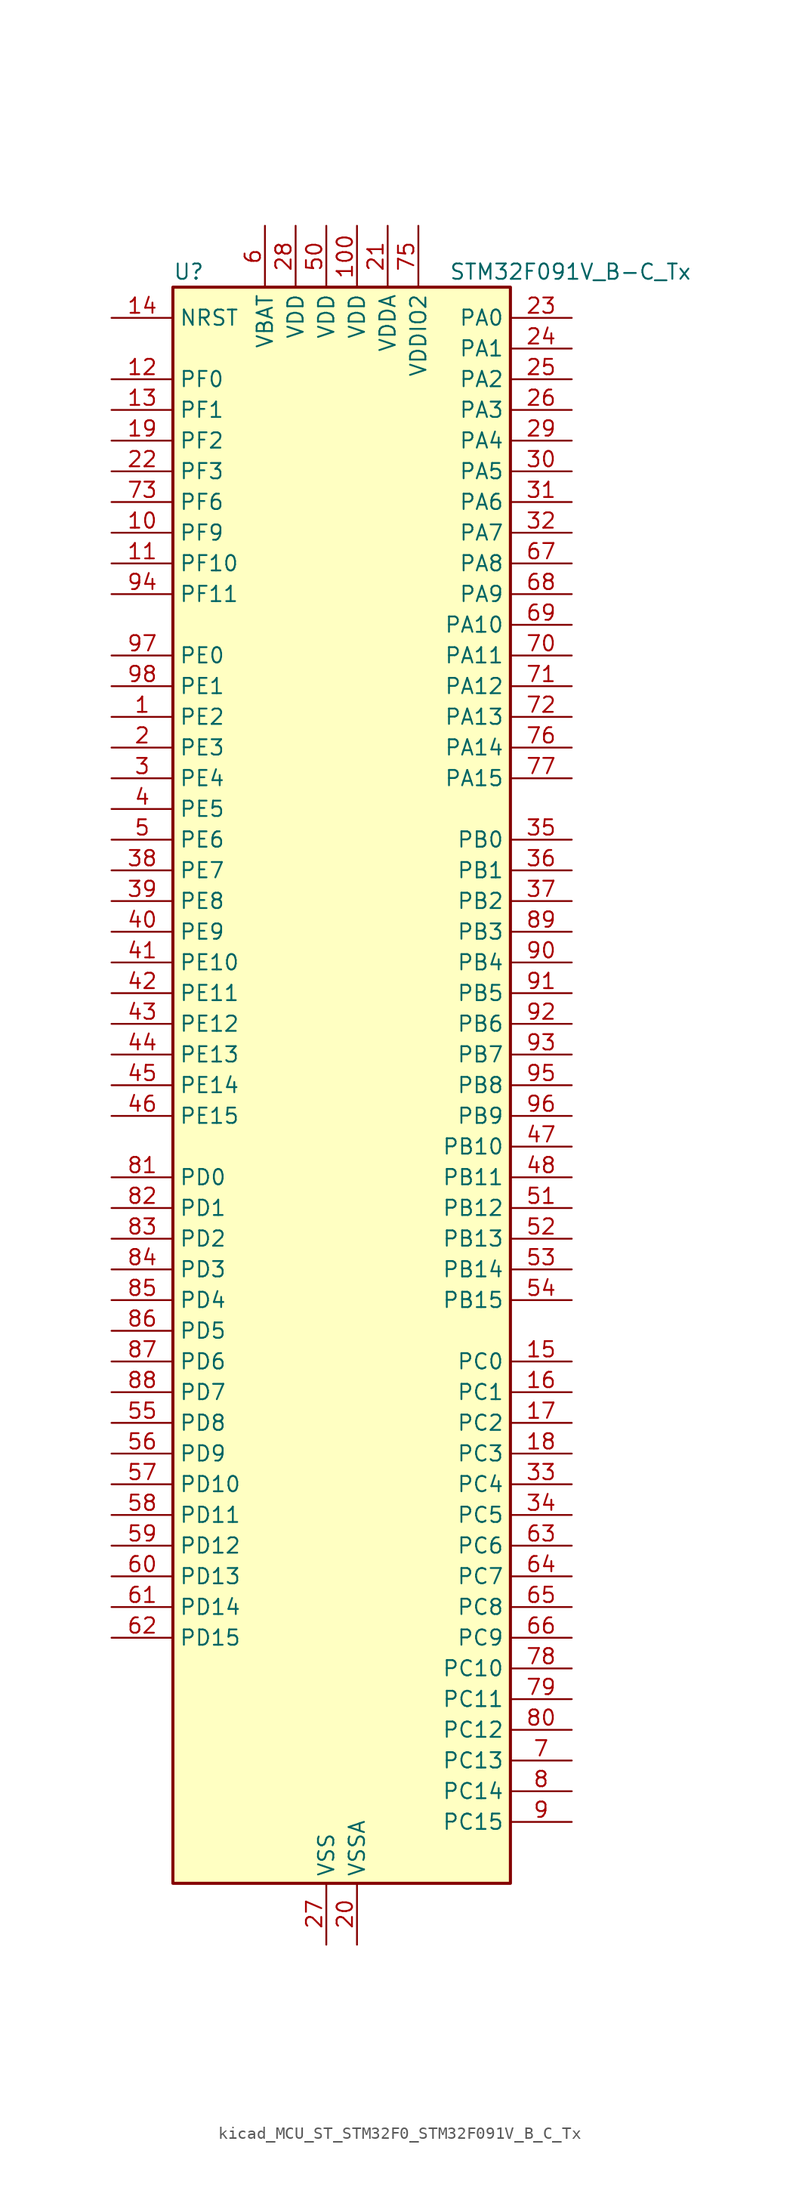
<source format=kicad_sym>
(kicad_symbol_lib
  (version 20220914)
  (generator kicad_symbol_editor)
  (symbol "kicad_MCU_ST_STM32F0_STM32F091V_B_C_Tx"
    (property "Reference" "U"
      (at -12.7 67.31 0)
      (effects (font (size 1.27 1.27)) (justify left)))
    (property "Value" "STM32F091V_B-C_Tx"
      (at 10.16 67.31 0)
      (effects (font (size 1.27 1.27)) (justify left)))
    (property "ki_locked" ""
      (at 0 0 0)
      (effects (font (size 1.27 1.27))))
    (symbol "kicad_MCU_ST_STM32F0_STM32F091V_B_C_Tx_0_1"
      (rectangle (start -12.7 -66.04) (end 15.24 66.04) (stroke (width 0.254) (type default)) (fill (type background))))
    (symbol "kicad_MCU_ST_STM32F0_STM32F091V_B_C_Tx_1_1"
      (pin bidirectional line (at -17.78 30.48 0) (length 5.08) (name "PE2" (effects (font (size 1.27 1.27)))) (number "1" (effects (font (size 1.27 1.27)))) (alternate "TIM3_ETR" bidirectional line) (alternate "TSC_G7_IO1" bidirectional line))
      (pin bidirectional line (at -17.78 45.72 0) (length 5.08) (name "PF9" (effects (font (size 1.27 1.27)))) (number "10" (effects (font (size 1.27 1.27)))) (alternate "DAC_EXTI9" bidirectional line) (alternate "TIM15_CH1" bidirectional line) (alternate "USART6_TX" bidirectional line))
      (pin power_in line (at 2.54 71.12 270) (length 5.08) (name "VDD" (effects (font (size 1.27 1.27)))) (number "100" (effects (font (size 1.27 1.27)))))
      (pin bidirectional line (at -17.78 43.18 0) (length 5.08) (name "PF10" (effects (font (size 1.27 1.27)))) (number "11" (effects (font (size 1.27 1.27)))) (alternate "TIM15_CH2" bidirectional line) (alternate "USART6_RX" bidirectional line))
      (pin bidirectional line (at -17.78 58.42 0) (length 5.08) (name "PF0" (effects (font (size 1.27 1.27)))) (number "12" (effects (font (size 1.27 1.27)))) (alternate "CRS_SYNC" bidirectional line) (alternate "I2C1_SDA" bidirectional line) (alternate "RCC_OSC_IN" bidirectional line))
      (pin bidirectional line (at -17.78 55.88 0) (length 5.08) (name "PF1" (effects (font (size 1.27 1.27)))) (number "13" (effects (font (size 1.27 1.27)))) (alternate "I2C1_SCL" bidirectional line) (alternate "RCC_OSC_OUT" bidirectional line))
      (pin input line (at -17.78 63.5 0) (length 5.08) (name "NRST" (effects (font (size 1.27 1.27)))) (number "14" (effects (font (size 1.27 1.27)))))
      (pin bidirectional line (at 20.32 -22.86 180) (length 5.08) (name "PC0" (effects (font (size 1.27 1.27)))) (number "15" (effects (font (size 1.27 1.27)))) (alternate "ADC_IN10" bidirectional line) (alternate "USART6_TX" bidirectional line) (alternate "USART7_TX" bidirectional line))
      (pin bidirectional line (at 20.32 -25.4 180) (length 5.08) (name "PC1" (effects (font (size 1.27 1.27)))) (number "16" (effects (font (size 1.27 1.27)))) (alternate "ADC_IN11" bidirectional line) (alternate "USART6_RX" bidirectional line) (alternate "USART7_RX" bidirectional line))
      (pin bidirectional line (at 20.32 -27.94 180) (length 5.08) (name "PC2" (effects (font (size 1.27 1.27)))) (number "17" (effects (font (size 1.27 1.27)))) (alternate "ADC_IN12" bidirectional line) (alternate "I2S2_MCK" bidirectional line) (alternate "SPI2_MISO" bidirectional line) (alternate "USART8_TX" bidirectional line))
      (pin bidirectional line (at 20.32 -30.48 180) (length 5.08) (name "PC3" (effects (font (size 1.27 1.27)))) (number "18" (effects (font (size 1.27 1.27)))) (alternate "ADC_IN13" bidirectional line) (alternate "I2S2_SD" bidirectional line) (alternate "SPI2_MOSI" bidirectional line) (alternate "USART8_RX" bidirectional line))
      (pin bidirectional line (at -17.78 53.34 0) (length 5.08) (name "PF2" (effects (font (size 1.27 1.27)))) (number "19" (effects (font (size 1.27 1.27)))) (alternate "SYS_WKUP8" bidirectional line) (alternate "USART7_CK" bidirectional line) (alternate "USART7_DE" bidirectional line) (alternate "USART7_RTS" bidirectional line) (alternate "USART7_TX" bidirectional line))
      (pin bidirectional line (at -17.78 27.94 0) (length 5.08) (name "PE3" (effects (font (size 1.27 1.27)))) (number "2" (effects (font (size 1.27 1.27)))) (alternate "TIM3_CH1" bidirectional line) (alternate "TSC_G7_IO2" bidirectional line))
      (pin power_in line (at 2.54 -71.12 90) (length 5.08) (name "VSSA" (effects (font (size 1.27 1.27)))) (number "20" (effects (font (size 1.27 1.27)))))
      (pin power_in line (at 5.08 71.12 270) (length 5.08) (name "VDDA" (effects (font (size 1.27 1.27)))) (number "21" (effects (font (size 1.27 1.27)))))
      (pin bidirectional line (at -17.78 50.8 0) (length 5.08) (name "PF3" (effects (font (size 1.27 1.27)))) (number "22" (effects (font (size 1.27 1.27)))) (alternate "USART6_CK" bidirectional line) (alternate "USART6_DE" bidirectional line) (alternate "USART6_RTS" bidirectional line) (alternate "USART7_RX" bidirectional line))
      (pin bidirectional line (at 20.32 63.5 180) (length 5.08) (name "PA0" (effects (font (size 1.27 1.27)))) (number "23" (effects (font (size 1.27 1.27)))) (alternate "ADC_IN0" bidirectional line) (alternate "COMP1_INM" bidirectional line) (alternate "COMP1_OUT" bidirectional line) (alternate "RTC_TAMP2" bidirectional line) (alternate "SYS_WKUP1" bidirectional line) (alternate "TIM2_CH1" bidirectional line) (alternate "TIM2_ETR" bidirectional line) (alternate "TSC_G1_IO1" bidirectional line) (alternate "USART2_CTS" bidirectional line) (alternate "USART4_TX" bidirectional line))
      (pin bidirectional line (at 20.32 60.96 180) (length 5.08) (name "PA1" (effects (font (size 1.27 1.27)))) (number "24" (effects (font (size 1.27 1.27)))) (alternate "ADC_IN1" bidirectional line) (alternate "COMP1_INP" bidirectional line) (alternate "TIM15_CH1N" bidirectional line) (alternate "TIM2_CH2" bidirectional line) (alternate "TSC_G1_IO2" bidirectional line) (alternate "USART2_DE" bidirectional line) (alternate "USART2_RTS" bidirectional line) (alternate "USART4_RX" bidirectional line))
      (pin bidirectional line (at 20.32 58.42 180) (length 5.08) (name "PA2" (effects (font (size 1.27 1.27)))) (number "25" (effects (font (size 1.27 1.27)))) (alternate "ADC_IN2" bidirectional line) (alternate "COMP2_INM" bidirectional line) (alternate "COMP2_OUT" bidirectional line) (alternate "SYS_WKUP4" bidirectional line) (alternate "TIM15_CH1" bidirectional line) (alternate "TIM2_CH3" bidirectional line) (alternate "TSC_G1_IO3" bidirectional line) (alternate "USART2_TX" bidirectional line))
      (pin bidirectional line (at 20.32 55.88 180) (length 5.08) (name "PA3" (effects (font (size 1.27 1.27)))) (number "26" (effects (font (size 1.27 1.27)))) (alternate "ADC_IN3" bidirectional line) (alternate "COMP2_INP" bidirectional line) (alternate "TIM15_CH2" bidirectional line) (alternate "TIM2_CH4" bidirectional line) (alternate "TSC_G1_IO4" bidirectional line) (alternate "USART2_RX" bidirectional line))
      (pin power_in line (at 0 -71.12 90) (length 5.08) (name "VSS" (effects (font (size 1.27 1.27)))) (number "27" (effects (font (size 1.27 1.27)))))
      (pin power_in line (at -2.54 71.12 270) (length 5.08) (name "VDD" (effects (font (size 1.27 1.27)))) (number "28" (effects (font (size 1.27 1.27)))))
      (pin bidirectional line (at 20.32 53.34 180) (length 5.08) (name "PA4" (effects (font (size 1.27 1.27)))) (number "29" (effects (font (size 1.27 1.27)))) (alternate "ADC_IN4" bidirectional line) (alternate "COMP1_INM" bidirectional line) (alternate "COMP2_INM" bidirectional line) (alternate "DAC_OUT1" bidirectional line) (alternate "I2S1_WS" bidirectional line) (alternate "SPI1_NSS" bidirectional line) (alternate "TIM14_CH1" bidirectional line) (alternate "TSC_G2_IO1" bidirectional line) (alternate "USART2_CK" bidirectional line) (alternate "USART6_TX" bidirectional line))
      (pin bidirectional line (at -17.78 25.4 0) (length 5.08) (name "PE4" (effects (font (size 1.27 1.27)))) (number "3" (effects (font (size 1.27 1.27)))) (alternate "TIM3_CH2" bidirectional line) (alternate "TSC_G7_IO3" bidirectional line))
      (pin bidirectional line (at 20.32 50.8 180) (length 5.08) (name "PA5" (effects (font (size 1.27 1.27)))) (number "30" (effects (font (size 1.27 1.27)))) (alternate "ADC_IN5" bidirectional line) (alternate "CEC" bidirectional line) (alternate "COMP1_INM" bidirectional line) (alternate "COMP2_INM" bidirectional line) (alternate "DAC_OUT2" bidirectional line) (alternate "I2S1_CK" bidirectional line) (alternate "SPI1_SCK" bidirectional line) (alternate "TIM2_CH1" bidirectional line) (alternate "TIM2_ETR" bidirectional line) (alternate "TSC_G2_IO2" bidirectional line) (alternate "USART6_RX" bidirectional line))
      (pin bidirectional line (at 20.32 48.26 180) (length 5.08) (name "PA6" (effects (font (size 1.27 1.27)))) (number "31" (effects (font (size 1.27 1.27)))) (alternate "ADC_IN6" bidirectional line) (alternate "COMP1_OUT" bidirectional line) (alternate "I2S1_MCK" bidirectional line) (alternate "SPI1_MISO" bidirectional line) (alternate "TIM16_CH1" bidirectional line) (alternate "TIM1_BKIN" bidirectional line) (alternate "TIM3_CH1" bidirectional line) (alternate "TSC_G2_IO3" bidirectional line) (alternate "USART3_CTS" bidirectional line))
      (pin bidirectional line (at 20.32 45.72 180) (length 5.08) (name "PA7" (effects (font (size 1.27 1.27)))) (number "32" (effects (font (size 1.27 1.27)))) (alternate "ADC_IN7" bidirectional line) (alternate "COMP2_OUT" bidirectional line) (alternate "I2S1_SD" bidirectional line) (alternate "SPI1_MOSI" bidirectional line) (alternate "TIM14_CH1" bidirectional line) (alternate "TIM17_CH1" bidirectional line) (alternate "TIM1_CH1N" bidirectional line) (alternate "TIM3_CH2" bidirectional line) (alternate "TSC_G2_IO4" bidirectional line))
      (pin bidirectional line (at 20.32 -33.02 180) (length 5.08) (name "PC4" (effects (font (size 1.27 1.27)))) (number "33" (effects (font (size 1.27 1.27)))) (alternate "ADC_IN14" bidirectional line) (alternate "USART3_TX" bidirectional line))
      (pin bidirectional line (at 20.32 -35.56 180) (length 5.08) (name "PC5" (effects (font (size 1.27 1.27)))) (number "34" (effects (font (size 1.27 1.27)))) (alternate "ADC_IN15" bidirectional line) (alternate "SYS_WKUP5" bidirectional line) (alternate "TSC_G3_IO1" bidirectional line) (alternate "USART3_RX" bidirectional line))
      (pin bidirectional line (at 20.32 20.32 180) (length 5.08) (name "PB0" (effects (font (size 1.27 1.27)))) (number "35" (effects (font (size 1.27 1.27)))) (alternate "ADC_IN8" bidirectional line) (alternate "TIM1_CH2N" bidirectional line) (alternate "TIM3_CH3" bidirectional line) (alternate "TSC_G3_IO2" bidirectional line) (alternate "USART3_CK" bidirectional line))
      (pin bidirectional line (at 20.32 17.78 180) (length 5.08) (name "PB1" (effects (font (size 1.27 1.27)))) (number "36" (effects (font (size 1.27 1.27)))) (alternate "ADC_IN9" bidirectional line) (alternate "TIM14_CH1" bidirectional line) (alternate "TIM1_CH3N" bidirectional line) (alternate "TIM3_CH4" bidirectional line) (alternate "TSC_G3_IO3" bidirectional line) (alternate "USART3_DE" bidirectional line) (alternate "USART3_RTS" bidirectional line))
      (pin bidirectional line (at 20.32 15.24 180) (length 5.08) (name "PB2" (effects (font (size 1.27 1.27)))) (number "37" (effects (font (size 1.27 1.27)))) (alternate "TSC_G3_IO4" bidirectional line))
      (pin bidirectional line (at -17.78 17.78 0) (length 5.08) (name "PE7" (effects (font (size 1.27 1.27)))) (number "38" (effects (font (size 1.27 1.27)))) (alternate "TIM1_ETR" bidirectional line) (alternate "USART5_CK" bidirectional line) (alternate "USART5_DE" bidirectional line) (alternate "USART5_RTS" bidirectional line))
      (pin bidirectional line (at -17.78 15.24 0) (length 5.08) (name "PE8" (effects (font (size 1.27 1.27)))) (number "39" (effects (font (size 1.27 1.27)))) (alternate "TIM1_CH1N" bidirectional line) (alternate "USART4_TX" bidirectional line))
      (pin bidirectional line (at -17.78 22.86 0) (length 5.08) (name "PE5" (effects (font (size 1.27 1.27)))) (number "4" (effects (font (size 1.27 1.27)))) (alternate "TIM3_CH3" bidirectional line) (alternate "TSC_G7_IO4" bidirectional line))
      (pin bidirectional line (at -17.78 12.7 0) (length 5.08) (name "PE9" (effects (font (size 1.27 1.27)))) (number "40" (effects (font (size 1.27 1.27)))) (alternate "DAC_EXTI9" bidirectional line) (alternate "TIM1_CH1" bidirectional line) (alternate "USART4_RX" bidirectional line))
      (pin bidirectional line (at -17.78 10.16 0) (length 5.08) (name "PE10" (effects (font (size 1.27 1.27)))) (number "41" (effects (font (size 1.27 1.27)))) (alternate "TIM1_CH2N" bidirectional line) (alternate "USART5_TX" bidirectional line))
      (pin bidirectional line (at -17.78 7.62 0) (length 5.08) (name "PE11" (effects (font (size 1.27 1.27)))) (number "42" (effects (font (size 1.27 1.27)))) (alternate "TIM1_CH2" bidirectional line) (alternate "USART5_RX" bidirectional line))
      (pin bidirectional line (at -17.78 5.08 0) (length 5.08) (name "PE12" (effects (font (size 1.27 1.27)))) (number "43" (effects (font (size 1.27 1.27)))) (alternate "I2S1_WS" bidirectional line) (alternate "SPI1_NSS" bidirectional line) (alternate "TIM1_CH3N" bidirectional line))
      (pin bidirectional line (at -17.78 2.54 0) (length 5.08) (name "PE13" (effects (font (size 1.27 1.27)))) (number "44" (effects (font (size 1.27 1.27)))) (alternate "I2S1_CK" bidirectional line) (alternate "SPI1_SCK" bidirectional line) (alternate "TIM1_CH3" bidirectional line))
      (pin bidirectional line (at -17.78 0 0) (length 5.08) (name "PE14" (effects (font (size 1.27 1.27)))) (number "45" (effects (font (size 1.27 1.27)))) (alternate "I2S1_MCK" bidirectional line) (alternate "SPI1_MISO" bidirectional line) (alternate "TIM1_CH4" bidirectional line))
      (pin bidirectional line (at -17.78 -2.54 0) (length 5.08) (name "PE15" (effects (font (size 1.27 1.27)))) (number "46" (effects (font (size 1.27 1.27)))) (alternate "I2S1_SD" bidirectional line) (alternate "SPI1_MOSI" bidirectional line) (alternate "TIM1_BKIN" bidirectional line))
      (pin bidirectional line (at 20.32 -5.08 180) (length 5.08) (name "PB10" (effects (font (size 1.27 1.27)))) (number "47" (effects (font (size 1.27 1.27)))) (alternate "CEC" bidirectional line) (alternate "I2C2_SCL" bidirectional line) (alternate "I2S2_CK" bidirectional line) (alternate "SPI2_SCK" bidirectional line) (alternate "TIM2_CH3" bidirectional line) (alternate "TSC_SYNC" bidirectional line) (alternate "USART3_TX" bidirectional line))
      (pin bidirectional line (at 20.32 -7.62 180) (length 5.08) (name "PB11" (effects (font (size 1.27 1.27)))) (number "48" (effects (font (size 1.27 1.27)))) (alternate "I2C2_SDA" bidirectional line) (alternate "TIM2_CH4" bidirectional line) (alternate "TSC_G6_IO1" bidirectional line) (alternate "USART3_RX" bidirectional line))
      (pin passive line (at 0 -71.12 90) (length 5.08) hide (name "VSS" (effects (font (size 1.27 1.27)))) (number "49" (effects (font (size 1.27 1.27)))))
      (pin bidirectional line (at -17.78 20.32 0) (length 5.08) (name "PE6" (effects (font (size 1.27 1.27)))) (number "5" (effects (font (size 1.27 1.27)))) (alternate "RTC_TAMP3" bidirectional line) (alternate "SYS_WKUP3" bidirectional line) (alternate "TIM3_CH4" bidirectional line))
      (pin power_in line (at 0 71.12 270) (length 5.08) (name "VDD" (effects (font (size 1.27 1.27)))) (number "50" (effects (font (size 1.27 1.27)))))
      (pin bidirectional line (at 20.32 -10.16 180) (length 5.08) (name "PB12" (effects (font (size 1.27 1.27)))) (number "51" (effects (font (size 1.27 1.27)))) (alternate "I2S2_WS" bidirectional line) (alternate "SPI2_NSS" bidirectional line) (alternate "TIM15_BKIN" bidirectional line) (alternate "TIM1_BKIN" bidirectional line) (alternate "TSC_G6_IO2" bidirectional line) (alternate "USART3_CK" bidirectional line))
      (pin bidirectional line (at 20.32 -12.7 180) (length 5.08) (name "PB13" (effects (font (size 1.27 1.27)))) (number "52" (effects (font (size 1.27 1.27)))) (alternate "I2C2_SCL" bidirectional line) (alternate "I2S2_CK" bidirectional line) (alternate "SPI2_SCK" bidirectional line) (alternate "TIM1_CH1N" bidirectional line) (alternate "TSC_G6_IO3" bidirectional line) (alternate "USART3_CTS" bidirectional line))
      (pin bidirectional line (at 20.32 -15.24 180) (length 5.08) (name "PB14" (effects (font (size 1.27 1.27)))) (number "53" (effects (font (size 1.27 1.27)))) (alternate "I2C2_SDA" bidirectional line) (alternate "I2S2_MCK" bidirectional line) (alternate "SPI2_MISO" bidirectional line) (alternate "TIM15_CH1" bidirectional line) (alternate "TIM1_CH2N" bidirectional line) (alternate "TSC_G6_IO4" bidirectional line) (alternate "USART3_DE" bidirectional line) (alternate "USART3_RTS" bidirectional line))
      (pin bidirectional line (at 20.32 -17.78 180) (length 5.08) (name "PB15" (effects (font (size 1.27 1.27)))) (number "54" (effects (font (size 1.27 1.27)))) (alternate "I2S2_SD" bidirectional line) (alternate "RTC_REFIN" bidirectional line) (alternate "SPI2_MOSI" bidirectional line) (alternate "SYS_WKUP7" bidirectional line) (alternate "TIM15_CH1N" bidirectional line) (alternate "TIM15_CH2" bidirectional line) (alternate "TIM1_CH3N" bidirectional line))
      (pin bidirectional line (at -17.78 -27.94 0) (length 5.08) (name "PD8" (effects (font (size 1.27 1.27)))) (number "55" (effects (font (size 1.27 1.27)))) (alternate "USART3_TX" bidirectional line))
      (pin bidirectional line (at -17.78 -30.48 0) (length 5.08) (name "PD9" (effects (font (size 1.27 1.27)))) (number "56" (effects (font (size 1.27 1.27)))) (alternate "DAC_EXTI9" bidirectional line) (alternate "USART3_RX" bidirectional line))
      (pin bidirectional line (at -17.78 -33.02 0) (length 5.08) (name "PD10" (effects (font (size 1.27 1.27)))) (number "57" (effects (font (size 1.27 1.27)))) (alternate "USART3_CK" bidirectional line))
      (pin bidirectional line (at -17.78 -35.56 0) (length 5.08) (name "PD11" (effects (font (size 1.27 1.27)))) (number "58" (effects (font (size 1.27 1.27)))) (alternate "USART3_CTS" bidirectional line))
      (pin bidirectional line (at -17.78 -38.1 0) (length 5.08) (name "PD12" (effects (font (size 1.27 1.27)))) (number "59" (effects (font (size 1.27 1.27)))) (alternate "TSC_G8_IO1" bidirectional line) (alternate "USART3_DE" bidirectional line) (alternate "USART3_RTS" bidirectional line) (alternate "USART8_CK" bidirectional line) (alternate "USART8_DE" bidirectional line) (alternate "USART8_RTS" bidirectional line))
      (pin power_in line (at -5.08 71.12 270) (length 5.08) (name "VBAT" (effects (font (size 1.27 1.27)))) (number "6" (effects (font (size 1.27 1.27)))))
      (pin bidirectional line (at -17.78 -40.64 0) (length 5.08) (name "PD13" (effects (font (size 1.27 1.27)))) (number "60" (effects (font (size 1.27 1.27)))) (alternate "TSC_G8_IO2" bidirectional line) (alternate "USART8_TX" bidirectional line))
      (pin bidirectional line (at -17.78 -43.18 0) (length 5.08) (name "PD14" (effects (font (size 1.27 1.27)))) (number "61" (effects (font (size 1.27 1.27)))) (alternate "TSC_G8_IO3" bidirectional line) (alternate "USART8_RX" bidirectional line))
      (pin bidirectional line (at -17.78 -45.72 0) (length 5.08) (name "PD15" (effects (font (size 1.27 1.27)))) (number "62" (effects (font (size 1.27 1.27)))) (alternate "CRS_SYNC" bidirectional line) (alternate "TSC_G8_IO4" bidirectional line) (alternate "USART7_CK" bidirectional line) (alternate "USART7_DE" bidirectional line) (alternate "USART7_RTS" bidirectional line))
      (pin bidirectional line (at 20.32 -38.1 180) (length 5.08) (name "PC6" (effects (font (size 1.27 1.27)))) (number "63" (effects (font (size 1.27 1.27)))) (alternate "TIM3_CH1" bidirectional line) (alternate "USART7_TX" bidirectional line))
      (pin bidirectional line (at 20.32 -40.64 180) (length 5.08) (name "PC7" (effects (font (size 1.27 1.27)))) (number "64" (effects (font (size 1.27 1.27)))) (alternate "TIM3_CH2" bidirectional line) (alternate "USART7_RX" bidirectional line))
      (pin bidirectional line (at 20.32 -43.18 180) (length 5.08) (name "PC8" (effects (font (size 1.27 1.27)))) (number "65" (effects (font (size 1.27 1.27)))) (alternate "TIM3_CH3" bidirectional line) (alternate "USART8_TX" bidirectional line))
      (pin bidirectional line (at 20.32 -45.72 180) (length 5.08) (name "PC9" (effects (font (size 1.27 1.27)))) (number "66" (effects (font (size 1.27 1.27)))) (alternate "DAC_EXTI9" bidirectional line) (alternate "TIM3_CH4" bidirectional line) (alternate "USART8_RX" bidirectional line))
      (pin bidirectional line (at 20.32 43.18 180) (length 5.08) (name "PA8" (effects (font (size 1.27 1.27)))) (number "67" (effects (font (size 1.27 1.27)))) (alternate "CRS_SYNC" bidirectional line) (alternate "RCC_MCO" bidirectional line) (alternate "TIM1_CH1" bidirectional line) (alternate "USART1_CK" bidirectional line))
      (pin bidirectional line (at 20.32 40.64 180) (length 5.08) (name "PA9" (effects (font (size 1.27 1.27)))) (number "68" (effects (font (size 1.27 1.27)))) (alternate "DAC_EXTI9" bidirectional line) (alternate "I2C1_SCL" bidirectional line) (alternate "RCC_MCO" bidirectional line) (alternate "TIM15_BKIN" bidirectional line) (alternate "TIM1_CH2" bidirectional line) (alternate "TSC_G4_IO1" bidirectional line) (alternate "USART1_TX" bidirectional line))
      (pin bidirectional line (at 20.32 38.1 180) (length 5.08) (name "PA10" (effects (font (size 1.27 1.27)))) (number "69" (effects (font (size 1.27 1.27)))) (alternate "I2C1_SDA" bidirectional line) (alternate "TIM17_BKIN" bidirectional line) (alternate "TIM1_CH3" bidirectional line) (alternate "TSC_G4_IO2" bidirectional line) (alternate "USART1_RX" bidirectional line))
      (pin bidirectional line (at 20.32 -55.88 180) (length 5.08) (name "PC13" (effects (font (size 1.27 1.27)))) (number "7" (effects (font (size 1.27 1.27)))) (alternate "RTC_OUT_ALARM" bidirectional line) (alternate "RTC_OUT_CALIB" bidirectional line) (alternate "RTC_TAMP1" bidirectional line) (alternate "RTC_TS" bidirectional line) (alternate "SYS_WKUP2" bidirectional line))
      (pin bidirectional line (at 20.32 35.56 180) (length 5.08) (name "PA11" (effects (font (size 1.27 1.27)))) (number "70" (effects (font (size 1.27 1.27)))) (alternate "CAN_RX" bidirectional line) (alternate "COMP1_OUT" bidirectional line) (alternate "I2C2_SCL" bidirectional line) (alternate "TIM1_CH4" bidirectional line) (alternate "TSC_G4_IO3" bidirectional line) (alternate "USART1_CTS" bidirectional line))
      (pin bidirectional line (at 20.32 33.02 180) (length 5.08) (name "PA12" (effects (font (size 1.27 1.27)))) (number "71" (effects (font (size 1.27 1.27)))) (alternate "CAN_TX" bidirectional line) (alternate "COMP2_OUT" bidirectional line) (alternate "I2C2_SDA" bidirectional line) (alternate "TIM1_ETR" bidirectional line) (alternate "TSC_G4_IO4" bidirectional line) (alternate "USART1_DE" bidirectional line) (alternate "USART1_RTS" bidirectional line))
      (pin bidirectional line (at 20.32 30.48 180) (length 5.08) (name "PA13" (effects (font (size 1.27 1.27)))) (number "72" (effects (font (size 1.27 1.27)))) (alternate "IR_OUT" bidirectional line) (alternate "SYS_SWDIO" bidirectional line))
      (pin bidirectional line (at -17.78 48.26 0) (length 5.08) (name "PF6" (effects (font (size 1.27 1.27)))) (number "73" (effects (font (size 1.27 1.27)))))
      (pin passive line (at 0 -71.12 90) (length 5.08) hide (name "VSS" (effects (font (size 1.27 1.27)))) (number "74" (effects (font (size 1.27 1.27)))))
      (pin power_in line (at 7.62 71.12 270) (length 5.08) (name "VDDIO2" (effects (font (size 1.27 1.27)))) (number "75" (effects (font (size 1.27 1.27)))))
      (pin bidirectional line (at 20.32 27.94 180) (length 5.08) (name "PA14" (effects (font (size 1.27 1.27)))) (number "76" (effects (font (size 1.27 1.27)))) (alternate "SYS_SWCLK" bidirectional line) (alternate "USART2_TX" bidirectional line))
      (pin bidirectional line (at 20.32 25.4 180) (length 5.08) (name "PA15" (effects (font (size 1.27 1.27)))) (number "77" (effects (font (size 1.27 1.27)))) (alternate "I2S1_WS" bidirectional line) (alternate "SPI1_NSS" bidirectional line) (alternate "TIM2_CH1" bidirectional line) (alternate "TIM2_ETR" bidirectional line) (alternate "USART2_RX" bidirectional line) (alternate "USART4_DE" bidirectional line) (alternate "USART4_RTS" bidirectional line))
      (pin bidirectional line (at 20.32 -48.26 180) (length 5.08) (name "PC10" (effects (font (size 1.27 1.27)))) (number "78" (effects (font (size 1.27 1.27)))) (alternate "USART3_TX" bidirectional line) (alternate "USART4_TX" bidirectional line))
      (pin bidirectional line (at 20.32 -50.8 180) (length 5.08) (name "PC11" (effects (font (size 1.27 1.27)))) (number "79" (effects (font (size 1.27 1.27)))) (alternate "USART3_RX" bidirectional line) (alternate "USART4_RX" bidirectional line))
      (pin bidirectional line (at 20.32 -58.42 180) (length 5.08) (name "PC14" (effects (font (size 1.27 1.27)))) (number "8" (effects (font (size 1.27 1.27)))) (alternate "RCC_OSC32_IN" bidirectional line))
      (pin bidirectional line (at 20.32 -53.34 180) (length 5.08) (name "PC12" (effects (font (size 1.27 1.27)))) (number "80" (effects (font (size 1.27 1.27)))) (alternate "USART3_CK" bidirectional line) (alternate "USART4_CK" bidirectional line) (alternate "USART5_TX" bidirectional line))
      (pin bidirectional line (at -17.78 -7.62 0) (length 5.08) (name "PD0" (effects (font (size 1.27 1.27)))) (number "81" (effects (font (size 1.27 1.27)))) (alternate "CAN_RX" bidirectional line) (alternate "I2S2_WS" bidirectional line) (alternate "SPI2_NSS" bidirectional line))
      (pin bidirectional line (at -17.78 -10.16 0) (length 5.08) (name "PD1" (effects (font (size 1.27 1.27)))) (number "82" (effects (font (size 1.27 1.27)))) (alternate "CAN_TX" bidirectional line) (alternate "I2S2_CK" bidirectional line) (alternate "SPI2_SCK" bidirectional line))
      (pin bidirectional line (at -17.78 -12.7 0) (length 5.08) (name "PD2" (effects (font (size 1.27 1.27)))) (number "83" (effects (font (size 1.27 1.27)))) (alternate "TIM3_ETR" bidirectional line) (alternate "USART3_DE" bidirectional line) (alternate "USART3_RTS" bidirectional line) (alternate "USART5_RX" bidirectional line))
      (pin bidirectional line (at -17.78 -15.24 0) (length 5.08) (name "PD3" (effects (font (size 1.27 1.27)))) (number "84" (effects (font (size 1.27 1.27)))) (alternate "I2S2_MCK" bidirectional line) (alternate "SPI2_MISO" bidirectional line) (alternate "USART2_CTS" bidirectional line))
      (pin bidirectional line (at -17.78 -17.78 0) (length 5.08) (name "PD4" (effects (font (size 1.27 1.27)))) (number "85" (effects (font (size 1.27 1.27)))) (alternate "I2S2_SD" bidirectional line) (alternate "SPI2_MOSI" bidirectional line) (alternate "USART2_DE" bidirectional line) (alternate "USART2_RTS" bidirectional line))
      (pin bidirectional line (at -17.78 -20.32 0) (length 5.08) (name "PD5" (effects (font (size 1.27 1.27)))) (number "86" (effects (font (size 1.27 1.27)))) (alternate "USART2_TX" bidirectional line))
      (pin bidirectional line (at -17.78 -22.86 0) (length 5.08) (name "PD6" (effects (font (size 1.27 1.27)))) (number "87" (effects (font (size 1.27 1.27)))) (alternate "USART2_RX" bidirectional line))
      (pin bidirectional line (at -17.78 -25.4 0) (length 5.08) (name "PD7" (effects (font (size 1.27 1.27)))) (number "88" (effects (font (size 1.27 1.27)))) (alternate "USART2_CK" bidirectional line))
      (pin bidirectional line (at 20.32 12.7 180) (length 5.08) (name "PB3" (effects (font (size 1.27 1.27)))) (number "89" (effects (font (size 1.27 1.27)))) (alternate "I2S1_CK" bidirectional line) (alternate "SPI1_SCK" bidirectional line) (alternate "TIM2_CH2" bidirectional line) (alternate "TSC_G5_IO1" bidirectional line) (alternate "USART5_TX" bidirectional line))
      (pin bidirectional line (at 20.32 -60.96 180) (length 5.08) (name "PC15" (effects (font (size 1.27 1.27)))) (number "9" (effects (font (size 1.27 1.27)))) (alternate "RCC_OSC32_OUT" bidirectional line))
      (pin bidirectional line (at 20.32 10.16 180) (length 5.08) (name "PB4" (effects (font (size 1.27 1.27)))) (number "90" (effects (font (size 1.27 1.27)))) (alternate "I2S1_MCK" bidirectional line) (alternate "SPI1_MISO" bidirectional line) (alternate "TIM17_BKIN" bidirectional line) (alternate "TIM3_CH1" bidirectional line) (alternate "TSC_G5_IO2" bidirectional line) (alternate "USART5_RX" bidirectional line))
      (pin bidirectional line (at 20.32 7.62 180) (length 5.08) (name "PB5" (effects (font (size 1.27 1.27)))) (number "91" (effects (font (size 1.27 1.27)))) (alternate "I2C1_SMBA" bidirectional line) (alternate "I2S1_SD" bidirectional line) (alternate "SPI1_MOSI" bidirectional line) (alternate "SYS_WKUP6" bidirectional line) (alternate "TIM16_BKIN" bidirectional line) (alternate "TIM3_CH2" bidirectional line) (alternate "USART5_CK" bidirectional line) (alternate "USART5_DE" bidirectional line) (alternate "USART5_RTS" bidirectional line))
      (pin bidirectional line (at 20.32 5.08 180) (length 5.08) (name "PB6" (effects (font (size 1.27 1.27)))) (number "92" (effects (font (size 1.27 1.27)))) (alternate "I2C1_SCL" bidirectional line) (alternate "TIM16_CH1N" bidirectional line) (alternate "TSC_G5_IO3" bidirectional line) (alternate "USART1_TX" bidirectional line))
      (pin bidirectional line (at 20.32 2.54 180) (length 5.08) (name "PB7" (effects (font (size 1.27 1.27)))) (number "93" (effects (font (size 1.27 1.27)))) (alternate "I2C1_SDA" bidirectional line) (alternate "TIM17_CH1N" bidirectional line) (alternate "TSC_G5_IO4" bidirectional line) (alternate "USART1_RX" bidirectional line) (alternate "USART4_CTS" bidirectional line))
      (pin bidirectional line (at -17.78 40.64 0) (length 5.08) (name "PF11" (effects (font (size 1.27 1.27)))) (number "94" (effects (font (size 1.27 1.27)))))
      (pin bidirectional line (at 20.32 0 180) (length 5.08) (name "PB8" (effects (font (size 1.27 1.27)))) (number "95" (effects (font (size 1.27 1.27)))) (alternate "CAN_RX" bidirectional line) (alternate "CEC" bidirectional line) (alternate "I2C1_SCL" bidirectional line) (alternate "TIM16_CH1" bidirectional line) (alternate "TSC_SYNC" bidirectional line))
      (pin bidirectional line (at 20.32 -2.54 180) (length 5.08) (name "PB9" (effects (font (size 1.27 1.27)))) (number "96" (effects (font (size 1.27 1.27)))) (alternate "CAN_TX" bidirectional line) (alternate "DAC_EXTI9" bidirectional line) (alternate "I2C1_SDA" bidirectional line) (alternate "I2S2_WS" bidirectional line) (alternate "IR_OUT" bidirectional line) (alternate "SPI2_NSS" bidirectional line) (alternate "TIM17_CH1" bidirectional line))
      (pin bidirectional line (at -17.78 35.56 0) (length 5.08) (name "PE0" (effects (font (size 1.27 1.27)))) (number "97" (effects (font (size 1.27 1.27)))) (alternate "TIM16_CH1" bidirectional line))
      (pin bidirectional line (at -17.78 33.02 0) (length 5.08) (name "PE1" (effects (font (size 1.27 1.27)))) (number "98" (effects (font (size 1.27 1.27)))) (alternate "TIM17_CH1" bidirectional line))
      (pin passive line (at 0 -71.12 90) (length 5.08) hide (name "VSS" (effects (font (size 1.27 1.27)))) (number "99" (effects (font (size 1.27 1.27))))))))
</source>
